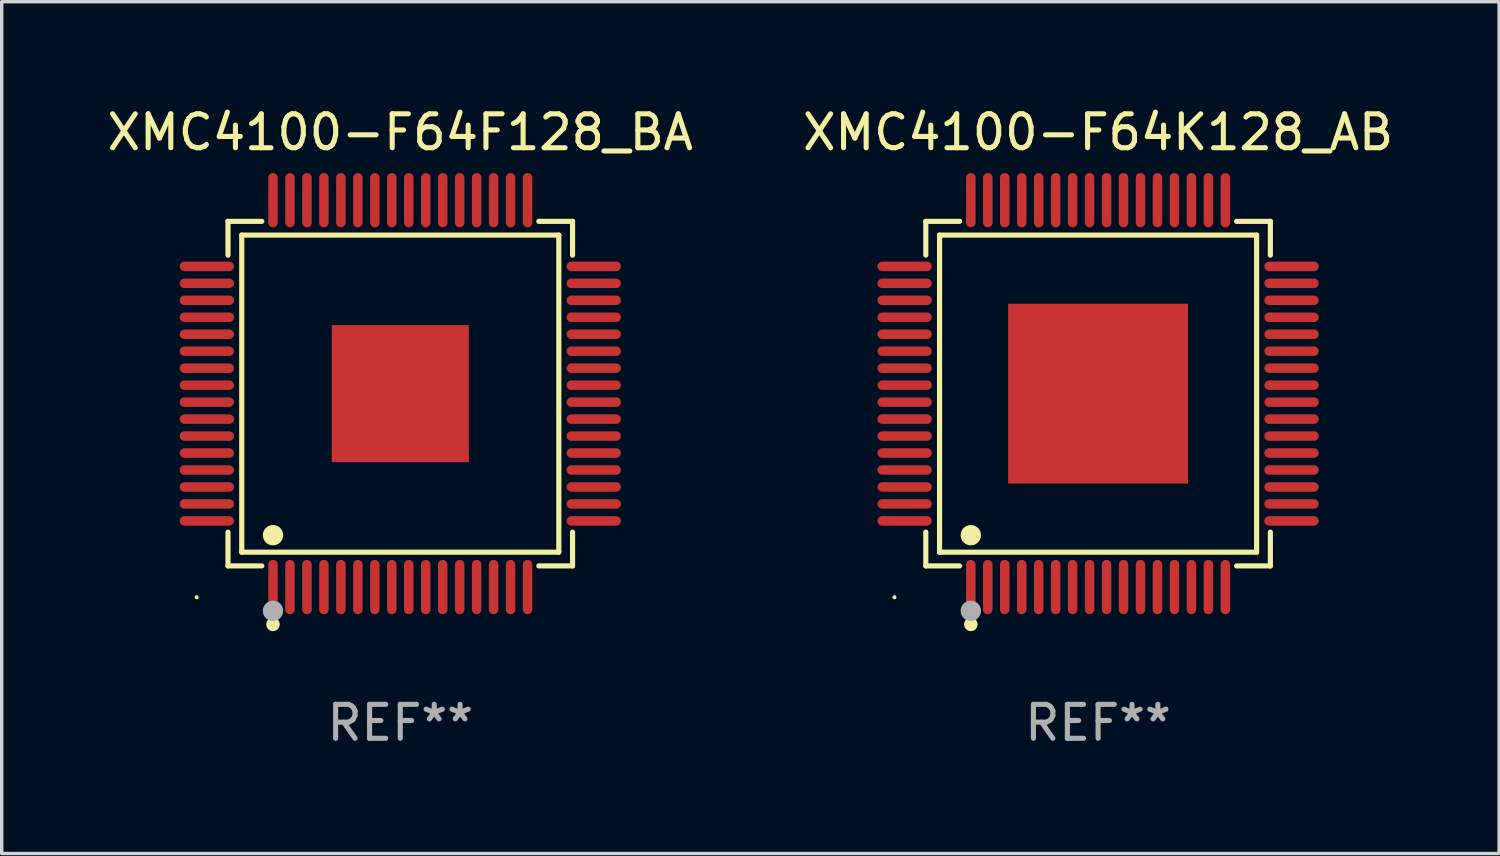
<source format=kicad_pcb>
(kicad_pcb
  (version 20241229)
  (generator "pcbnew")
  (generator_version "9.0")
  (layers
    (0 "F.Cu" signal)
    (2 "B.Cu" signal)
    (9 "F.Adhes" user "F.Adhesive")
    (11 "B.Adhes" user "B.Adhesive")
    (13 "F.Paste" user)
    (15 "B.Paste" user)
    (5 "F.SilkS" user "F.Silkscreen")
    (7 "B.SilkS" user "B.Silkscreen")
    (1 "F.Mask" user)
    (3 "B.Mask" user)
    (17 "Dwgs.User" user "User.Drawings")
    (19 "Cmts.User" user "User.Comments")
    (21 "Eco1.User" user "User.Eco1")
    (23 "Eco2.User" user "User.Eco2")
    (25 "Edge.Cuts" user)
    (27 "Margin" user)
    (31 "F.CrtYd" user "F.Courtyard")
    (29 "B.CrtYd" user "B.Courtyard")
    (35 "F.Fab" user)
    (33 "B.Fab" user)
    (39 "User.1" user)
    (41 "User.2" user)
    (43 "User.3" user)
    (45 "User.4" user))
  (footprint "XMC4100-F64F128_BA"
    (layer "F.Cu")
    (at 8.744 8.548)
    (property "Reference" "XMC4100-F64F128_BA" (at 0 -7.7 0) (layer "F.SilkS") (effects (font (size 1 1) (thickness 0.15))))
    (attr through_hole)
    (fp_line (start -5.076 -5.076) (end -4.081 -5.076) (stroke (width 0.152) (type solid)) (layer "F.SilkS"))
    (fp_line (start -5.076 -4.081) (end -5.076 -5.076) (stroke (width 0.152) (type solid)) (layer "F.SilkS"))
    (fp_line (start -5.076 4.081) (end -5.076 5.076) (stroke (width 0.152) (type solid)) (layer "F.SilkS"))
    (fp_line (start -5.076 5.076) (end -4.081 5.076) (stroke (width 0.152) (type solid)) (layer "F.SilkS"))
    (fp_line (start -4.671 -4.671) (end 4.671 -4.671) (stroke (width 0.152) (type solid)) (layer "F.SilkS"))
    (fp_line (start -4.671 4.671) (end -4.671 -4.671) (stroke (width 0.152) (type solid)) (layer "F.SilkS"))
    (fp_line (start 4.671 -4.671) (end 4.671 4.671) (stroke (width 0.152) (type solid)) (layer "F.SilkS"))
    (fp_line (start 4.671 4.671) (end -4.671 4.671) (stroke (width 0.152) (type solid)) (layer "F.SilkS"))
    (fp_line (start 5.076 -5.076) (end 4.081 -5.076) (stroke (width 0.152) (type solid)) (layer "F.SilkS"))
    (fp_line (start 5.076 -4.081) (end 5.076 -5.076) (stroke (width 0.152) (type solid)) (layer "F.SilkS"))
    (fp_line (start 5.076 4.081) (end 5.076 5.076) (stroke (width 0.152) (type solid)) (layer "F.SilkS"))
    (fp_line (start 5.076 5.076) (end 4.081 5.076) (stroke (width 0.152) (type solid)) (layer "F.SilkS"))
    (fp_circle (center -6 6) (end -5.97 6) (stroke (width 0.06) (type solid)) (fill no) (layer "F.SilkS"))
    (fp_circle (center -3.75 4.171) (end -3.6 4.171) (stroke (width 0.3) (type solid)) (fill no) (layer "F.SilkS"))
    (fp_circle (center -3.75 6.8) (end -3.65 6.8) (stroke (width 0.2) (type solid)) (fill no) (layer "F.SilkS"))
    (fp_circle (center -3.75 6.4) (end -3.6 6.4) (stroke (width 0.3) (type solid)) (fill no) (layer "F.Fab"))
    (fp_text user "REF**" (at 0 9.7 0) (layer "F.Fab") (effects (font (size 1 1) (thickness 0.15))))
    (pad "1" smd oval (at -3.75 5.7) (size 0.28 1.6) (layers "F.Cu" "F.Mask" "F.Paste"))
    (pad "2" smd oval (at -3.25 5.7) (size 0.28 1.6) (layers "F.Cu" "F.Mask" "F.Paste"))
    (pad "3" smd oval (at -2.75 5.7) (size 0.28 1.6) (layers "F.Cu" "F.Mask" "F.Paste"))
    (pad "4" smd oval (at -2.25 5.7) (size 0.28 1.6) (layers "F.Cu" "F.Mask" "F.Paste"))
    (pad "5" smd oval (at -1.75 5.7) (size 0.28 1.6) (layers "F.Cu" "F.Mask" "F.Paste"))
    (pad "6" smd oval (at -1.25 5.7) (size 0.28 1.6) (layers "F.Cu" "F.Mask" "F.Paste"))
    (pad "7" smd oval (at -0.75 5.7) (size 0.28 1.6) (layers "F.Cu" "F.Mask" "F.Paste"))
    (pad "8" smd oval (at -0.25 5.7) (size 0.28 1.6) (layers "F.Cu" "F.Mask" "F.Paste"))
    (pad "9" smd oval (at 0.25 5.7) (size 0.28 1.6) (layers "F.Cu" "F.Mask" "F.Paste"))
    (pad "10" smd oval (at 0.75 5.7) (size 0.28 1.6) (layers "F.Cu" "F.Mask" "F.Paste"))
    (pad "11" smd oval (at 1.25 5.7) (size 0.28 1.6) (layers "F.Cu" "F.Mask" "F.Paste"))
    (pad "12" smd oval (at 1.75 5.7) (size 0.28 1.6) (layers "F.Cu" "F.Mask" "F.Paste"))
    (pad "13" smd oval (at 2.25 5.7) (size 0.28 1.6) (layers "F.Cu" "F.Mask" "F.Paste"))
    (pad "14" smd oval (at 2.75 5.7) (size 0.28 1.6) (layers "F.Cu" "F.Mask" "F.Paste"))
    (pad "15" smd oval (at 3.25 5.7) (size 0.28 1.6) (layers "F.Cu" "F.Mask" "F.Paste"))
    (pad "16" smd oval (at 3.75 5.7) (size 0.28 1.6) (layers "F.Cu" "F.Mask" "F.Paste"))
    (pad "17" smd oval (at 5.7 3.75) (size 1.6 0.28) (layers "F.Cu" "F.Mask" "F.Paste"))
    (pad "18" smd oval (at 5.7 3.25) (size 1.6 0.28) (layers "F.Cu" "F.Mask" "F.Paste"))
    (pad "19" smd oval (at 5.7 2.75) (size 1.6 0.28) (layers "F.Cu" "F.Mask" "F.Paste"))
    (pad "20" smd oval (at 5.7 2.25) (size 1.6 0.28) (layers "F.Cu" "F.Mask" "F.Paste"))
    (pad "21" smd oval (at 5.7 1.75) (size 1.6 0.28) (layers "F.Cu" "F.Mask" "F.Paste"))
    (pad "22" smd oval (at 5.7 1.25) (size 1.6 0.28) (layers "F.Cu" "F.Mask" "F.Paste"))
    (pad "23" smd oval (at 5.7 0.75) (size 1.6 0.28) (layers "F.Cu" "F.Mask" "F.Paste"))
    (pad "24" smd oval (at 5.7 0.25) (size 1.6 0.28) (layers "F.Cu" "F.Mask" "F.Paste"))
    (pad "25" smd oval (at 5.7 -0.25) (size 1.6 0.28) (layers "F.Cu" "F.Mask" "F.Paste"))
    (pad "26" smd oval (at 5.7 -0.75) (size 1.6 0.28) (layers "F.Cu" "F.Mask" "F.Paste"))
    (pad "27" smd oval (at 5.7 -1.25) (size 1.6 0.28) (layers "F.Cu" "F.Mask" "F.Paste"))
    (pad "28" smd oval (at 5.7 -1.75) (size 1.6 0.28) (layers "F.Cu" "F.Mask" "F.Paste"))
    (pad "29" smd oval (at 5.7 -2.25) (size 1.6 0.28) (layers "F.Cu" "F.Mask" "F.Paste"))
    (pad "30" smd oval (at 5.7 -2.75) (size 1.6 0.28) (layers "F.Cu" "F.Mask" "F.Paste"))
    (pad "31" smd oval (at 5.7 -3.25) (size 1.6 0.28) (layers "F.Cu" "F.Mask" "F.Paste"))
    (pad "32" smd oval (at 5.7 -3.75) (size 1.6 0.28) (layers "F.Cu" "F.Mask" "F.Paste"))
    (pad "33" smd oval (at 3.75 -5.7) (size 0.28 1.6) (layers "F.Cu" "F.Mask" "F.Paste"))
    (pad "34" smd oval (at 3.25 -5.7) (size 0.28 1.6) (layers "F.Cu" "F.Mask" "F.Paste"))
    (pad "35" smd oval (at 2.75 -5.7) (size 0.28 1.6) (layers "F.Cu" "F.Mask" "F.Paste"))
    (pad "36" smd oval (at 2.25 -5.7) (size 0.28 1.6) (layers "F.Cu" "F.Mask" "F.Paste"))
    (pad "37" smd oval (at 1.75 -5.7) (size 0.28 1.6) (layers "F.Cu" "F.Mask" "F.Paste"))
    (pad "38" smd oval (at 1.25 -5.7) (size 0.28 1.6) (layers "F.Cu" "F.Mask" "F.Paste"))
    (pad "39" smd oval (at 0.75 -5.7) (size 0.28 1.6) (layers "F.Cu" "F.Mask" "F.Paste"))
    (pad "40" smd oval (at 0.25 -5.7) (size 0.28 1.6) (layers "F.Cu" "F.Mask" "F.Paste"))
    (pad "41" smd oval (at -0.25 -5.7) (size 0.28 1.6) (layers "F.Cu" "F.Mask" "F.Paste"))
    (pad "42" smd oval (at -0.75 -5.7) (size 0.28 1.6) (layers "F.Cu" "F.Mask" "F.Paste"))
    (pad "43" smd oval (at -1.25 -5.7) (size 0.28 1.6) (layers "F.Cu" "F.Mask" "F.Paste"))
    (pad "44" smd oval (at -1.75 -5.7) (size 0.28 1.6) (layers "F.Cu" "F.Mask" "F.Paste"))
    (pad "45" smd oval (at -2.25 -5.7) (size 0.28 1.6) (layers "F.Cu" "F.Mask" "F.Paste"))
    (pad "46" smd oval (at -2.75 -5.7) (size 0.28 1.6) (layers "F.Cu" "F.Mask" "F.Paste"))
    (pad "47" smd oval (at -3.25 -5.7) (size 0.28 1.6) (layers "F.Cu" "F.Mask" "F.Paste"))
    (pad "48" smd oval (at -3.75 -5.7) (size 0.28 1.6) (layers "F.Cu" "F.Mask" "F.Paste"))
    (pad "49" smd oval (at -5.7 -3.75) (size 1.6 0.28) (layers "F.Cu" "F.Mask" "F.Paste"))
    (pad "50" smd oval (at -5.7 -3.25) (size 1.6 0.28) (layers "F.Cu" "F.Mask" "F.Paste"))
    (pad "51" smd oval (at -5.7 -2.75) (size 1.6 0.28) (layers "F.Cu" "F.Mask" "F.Paste"))
    (pad "52" smd oval (at -5.7 -2.25) (size 1.6 0.28) (layers "F.Cu" "F.Mask" "F.Paste"))
    (pad "53" smd oval (at -5.7 -1.75) (size 1.6 0.28) (layers "F.Cu" "F.Mask" "F.Paste"))
    (pad "54" smd oval (at -5.7 -1.25) (size 1.6 0.28) (layers "F.Cu" "F.Mask" "F.Paste"))
    (pad "55" smd oval (at -5.7 -0.75) (size 1.6 0.28) (layers "F.Cu" "F.Mask" "F.Paste"))
    (pad "56" smd oval (at -5.7 -0.25) (size 1.6 0.28) (layers "F.Cu" "F.Mask" "F.Paste"))
    (pad "57" smd oval (at -5.7 0.25) (size 1.6 0.28) (layers "F.Cu" "F.Mask" "F.Paste"))
    (pad "58" smd oval (at -5.7 0.75) (size 1.6 0.28) (layers "F.Cu" "F.Mask" "F.Paste"))
    (pad "59" smd oval (at -5.7 1.25) (size 1.6 0.28) (layers "F.Cu" "F.Mask" "F.Paste"))
    (pad "60" smd oval (at -5.7 1.75) (size 1.6 0.28) (layers "F.Cu" "F.Mask" "F.Paste"))
    (pad "61" smd oval (at -5.7 2.25) (size 1.6 0.28) (layers "F.Cu" "F.Mask" "F.Paste"))
    (pad "62" smd oval (at -5.7 2.75) (size 1.6 0.28) (layers "F.Cu" "F.Mask" "F.Paste"))
    (pad "63" smd oval (at -5.7 3.25) (size 1.6 0.28) (layers "F.Cu" "F.Mask" "F.Paste"))
    (pad "64" smd oval (at -5.7 3.75) (size 1.6 0.28) (layers "F.Cu" "F.Mask" "F.Paste"))
    (pad "65" smd rect (at 0 0) (size 4.04 4.04) (layers "F.Cu" "F.Mask" "F.Paste")))
  (footprint "XMC4100-F64K128_AB"
    (layer "F.Cu")
    (at 29.304 8.548)
    (property "Reference" "XMC4100-F64K128_AB" (at 0 -7.7 0) (layer "F.SilkS") (effects (font (size 1 1) (thickness 0.15))))
    (attr through_hole)
    (fp_line (start -5.076 -5.076) (end -4.081 -5.076) (stroke (width 0.152) (type solid)) (layer "F.SilkS"))
    (fp_line (start -5.076 -4.081) (end -5.076 -5.076) (stroke (width 0.152) (type solid)) (layer "F.SilkS"))
    (fp_line (start -5.076 4.081) (end -5.076 5.076) (stroke (width 0.152) (type solid)) (layer "F.SilkS"))
    (fp_line (start -5.076 5.076) (end -4.081 5.076) (stroke (width 0.152) (type solid)) (layer "F.SilkS"))
    (fp_line (start -4.671 -4.671) (end 4.671 -4.671) (stroke (width 0.152) (type solid)) (layer "F.SilkS"))
    (fp_line (start -4.671 4.671) (end -4.671 -4.671) (stroke (width 0.152) (type solid)) (layer "F.SilkS"))
    (fp_line (start 4.671 -4.671) (end 4.671 4.671) (stroke (width 0.152) (type solid)) (layer "F.SilkS"))
    (fp_line (start 4.671 4.671) (end -4.671 4.671) (stroke (width 0.152) (type solid)) (layer "F.SilkS"))
    (fp_line (start 5.076 -5.076) (end 4.081 -5.076) (stroke (width 0.152) (type solid)) (layer "F.SilkS"))
    (fp_line (start 5.076 -4.081) (end 5.076 -5.076) (stroke (width 0.152) (type solid)) (layer "F.SilkS"))
    (fp_line (start 5.076 4.081) (end 5.076 5.076) (stroke (width 0.152) (type solid)) (layer "F.SilkS"))
    (fp_line (start 5.076 5.076) (end 4.081 5.076) (stroke (width 0.152) (type solid)) (layer "F.SilkS"))
    (fp_circle (center -6 6) (end -5.97 6) (stroke (width 0.06) (type solid)) (fill no) (layer "F.SilkS"))
    (fp_circle (center -3.75 4.171) (end -3.6 4.171) (stroke (width 0.3) (type solid)) (fill no) (layer "F.SilkS"))
    (fp_circle (center -3.75 6.8) (end -3.65 6.8) (stroke (width 0.2) (type solid)) (fill no) (layer "F.SilkS"))
    (fp_circle (center -3.75 6.4) (end -3.6 6.4) (stroke (width 0.3) (type solid)) (fill no) (layer "F.Fab"))
    (fp_text user "REF**" (at 0 9.7 0) (layer "F.Fab") (effects (font (size 1 1) (thickness 0.15))))
    (pad "1" smd oval (at -3.75 5.7) (size 0.28 1.6) (layers "F.Cu" "F.Mask" "F.Paste"))
    (pad "2" smd oval (at -3.25 5.7) (size 0.28 1.6) (layers "F.Cu" "F.Mask" "F.Paste"))
    (pad "3" smd oval (at -2.75 5.7) (size 0.28 1.6) (layers "F.Cu" "F.Mask" "F.Paste"))
    (pad "4" smd oval (at -2.25 5.7) (size 0.28 1.6) (layers "F.Cu" "F.Mask" "F.Paste"))
    (pad "5" smd oval (at -1.75 5.7) (size 0.28 1.6) (layers "F.Cu" "F.Mask" "F.Paste"))
    (pad "6" smd oval (at -1.25 5.7) (size 0.28 1.6) (layers "F.Cu" "F.Mask" "F.Paste"))
    (pad "7" smd oval (at -0.75 5.7) (size 0.28 1.6) (layers "F.Cu" "F.Mask" "F.Paste"))
    (pad "8" smd oval (at -0.25 5.7) (size 0.28 1.6) (layers "F.Cu" "F.Mask" "F.Paste"))
    (pad "9" smd oval (at 0.25 5.7) (size 0.28 1.6) (layers "F.Cu" "F.Mask" "F.Paste"))
    (pad "10" smd oval (at 0.75 5.7) (size 0.28 1.6) (layers "F.Cu" "F.Mask" "F.Paste"))
    (pad "11" smd oval (at 1.25 5.7) (size 0.28 1.6) (layers "F.Cu" "F.Mask" "F.Paste"))
    (pad "12" smd oval (at 1.75 5.7) (size 0.28 1.6) (layers "F.Cu" "F.Mask" "F.Paste"))
    (pad "13" smd oval (at 2.25 5.7) (size 0.28 1.6) (layers "F.Cu" "F.Mask" "F.Paste"))
    (pad "14" smd oval (at 2.75 5.7) (size 0.28 1.6) (layers "F.Cu" "F.Mask" "F.Paste"))
    (pad "15" smd oval (at 3.25 5.7) (size 0.28 1.6) (layers "F.Cu" "F.Mask" "F.Paste"))
    (pad "16" smd oval (at 3.75 5.7) (size 0.28 1.6) (layers "F.Cu" "F.Mask" "F.Paste"))
    (pad "17" smd oval (at 5.7 3.75) (size 1.6 0.28) (layers "F.Cu" "F.Mask" "F.Paste"))
    (pad "18" smd oval (at 5.7 3.25) (size 1.6 0.28) (layers "F.Cu" "F.Mask" "F.Paste"))
    (pad "19" smd oval (at 5.7 2.75) (size 1.6 0.28) (layers "F.Cu" "F.Mask" "F.Paste"))
    (pad "20" smd oval (at 5.7 2.25) (size 1.6 0.28) (layers "F.Cu" "F.Mask" "F.Paste"))
    (pad "21" smd oval (at 5.7 1.75) (size 1.6 0.28) (layers "F.Cu" "F.Mask" "F.Paste"))
    (pad "22" smd oval (at 5.7 1.25) (size 1.6 0.28) (layers "F.Cu" "F.Mask" "F.Paste"))
    (pad "23" smd oval (at 5.7 0.75) (size 1.6 0.28) (layers "F.Cu" "F.Mask" "F.Paste"))
    (pad "24" smd oval (at 5.7 0.25) (size 1.6 0.28) (layers "F.Cu" "F.Mask" "F.Paste"))
    (pad "25" smd oval (at 5.7 -0.25) (size 1.6 0.28) (layers "F.Cu" "F.Mask" "F.Paste"))
    (pad "26" smd oval (at 5.7 -0.75) (size 1.6 0.28) (layers "F.Cu" "F.Mask" "F.Paste"))
    (pad "27" smd oval (at 5.7 -1.25) (size 1.6 0.28) (layers "F.Cu" "F.Mask" "F.Paste"))
    (pad "28" smd oval (at 5.7 -1.75) (size 1.6 0.28) (layers "F.Cu" "F.Mask" "F.Paste"))
    (pad "29" smd oval (at 5.7 -2.25) (size 1.6 0.28) (layers "F.Cu" "F.Mask" "F.Paste"))
    (pad "30" smd oval (at 5.7 -2.75) (size 1.6 0.28) (layers "F.Cu" "F.Mask" "F.Paste"))
    (pad "31" smd oval (at 5.7 -3.25) (size 1.6 0.28) (layers "F.Cu" "F.Mask" "F.Paste"))
    (pad "32" smd oval (at 5.7 -3.75) (size 1.6 0.28) (layers "F.Cu" "F.Mask" "F.Paste"))
    (pad "33" smd oval (at 3.75 -5.7) (size 0.28 1.6) (layers "F.Cu" "F.Mask" "F.Paste"))
    (pad "34" smd oval (at 3.25 -5.7) (size 0.28 1.6) (layers "F.Cu" "F.Mask" "F.Paste"))
    (pad "35" smd oval (at 2.75 -5.7) (size 0.28 1.6) (layers "F.Cu" "F.Mask" "F.Paste"))
    (pad "36" smd oval (at 2.25 -5.7) (size 0.28 1.6) (layers "F.Cu" "F.Mask" "F.Paste"))
    (pad "37" smd oval (at 1.75 -5.7) (size 0.28 1.6) (layers "F.Cu" "F.Mask" "F.Paste"))
    (pad "38" smd oval (at 1.25 -5.7) (size 0.28 1.6) (layers "F.Cu" "F.Mask" "F.Paste"))
    (pad "39" smd oval (at 0.75 -5.7) (size 0.28 1.6) (layers "F.Cu" "F.Mask" "F.Paste"))
    (pad "40" smd oval (at 0.25 -5.7) (size 0.28 1.6) (layers "F.Cu" "F.Mask" "F.Paste"))
    (pad "41" smd oval (at -0.25 -5.7) (size 0.28 1.6) (layers "F.Cu" "F.Mask" "F.Paste"))
    (pad "42" smd oval (at -0.75 -5.7) (size 0.28 1.6) (layers "F.Cu" "F.Mask" "F.Paste"))
    (pad "43" smd oval (at -1.25 -5.7) (size 0.28 1.6) (layers "F.Cu" "F.Mask" "F.Paste"))
    (pad "44" smd oval (at -1.75 -5.7) (size 0.28 1.6) (layers "F.Cu" "F.Mask" "F.Paste"))
    (pad "45" smd oval (at -2.25 -5.7) (size 0.28 1.6) (layers "F.Cu" "F.Mask" "F.Paste"))
    (pad "46" smd oval (at -2.75 -5.7) (size 0.28 1.6) (layers "F.Cu" "F.Mask" "F.Paste"))
    (pad "47" smd oval (at -3.25 -5.7) (size 0.28 1.6) (layers "F.Cu" "F.Mask" "F.Paste"))
    (pad "48" smd oval (at -3.75 -5.7) (size 0.28 1.6) (layers "F.Cu" "F.Mask" "F.Paste"))
    (pad "49" smd oval (at -5.7 -3.75) (size 1.6 0.28) (layers "F.Cu" "F.Mask" "F.Paste"))
    (pad "50" smd oval (at -5.7 -3.25) (size 1.6 0.28) (layers "F.Cu" "F.Mask" "F.Paste"))
    (pad "51" smd oval (at -5.7 -2.75) (size 1.6 0.28) (layers "F.Cu" "F.Mask" "F.Paste"))
    (pad "52" smd oval (at -5.7 -2.25) (size 1.6 0.28) (layers "F.Cu" "F.Mask" "F.Paste"))
    (pad "53" smd oval (at -5.7 -1.75) (size 1.6 0.28) (layers "F.Cu" "F.Mask" "F.Paste"))
    (pad "54" smd oval (at -5.7 -1.25) (size 1.6 0.28) (layers "F.Cu" "F.Mask" "F.Paste"))
    (pad "55" smd oval (at -5.7 -0.75) (size 1.6 0.28) (layers "F.Cu" "F.Mask" "F.Paste"))
    (pad "56" smd oval (at -5.7 -0.25) (size 1.6 0.28) (layers "F.Cu" "F.Mask" "F.Paste"))
    (pad "57" smd oval (at -5.7 0.25) (size 1.6 0.28) (layers "F.Cu" "F.Mask" "F.Paste"))
    (pad "58" smd oval (at -5.7 0.75) (size 1.6 0.28) (layers "F.Cu" "F.Mask" "F.Paste"))
    (pad "59" smd oval (at -5.7 1.25) (size 1.6 0.28) (layers "F.Cu" "F.Mask" "F.Paste"))
    (pad "60" smd oval (at -5.7 1.75) (size 1.6 0.28) (layers "F.Cu" "F.Mask" "F.Paste"))
    (pad "61" smd oval (at -5.7 2.25) (size 1.6 0.28) (layers "F.Cu" "F.Mask" "F.Paste"))
    (pad "62" smd oval (at -5.7 2.75) (size 1.6 0.28) (layers "F.Cu" "F.Mask" "F.Paste"))
    (pad "63" smd oval (at -5.7 3.25) (size 1.6 0.28) (layers "F.Cu" "F.Mask" "F.Paste"))
    (pad "64" smd oval (at -5.7 3.75) (size 1.6 0.28) (layers "F.Cu" "F.Mask" "F.Paste"))
    (pad "65" smd rect (at 0 0) (size 5.3 5.3) (layers "F.Cu" "F.Mask" "F.Paste")))
  (gr_rect
    (start -3 -3)
    (end 41.119 22.097)
    (stroke (width 0.1) (type default))
    (fill no)
    (layer "Edge.Cuts")))
</source>
